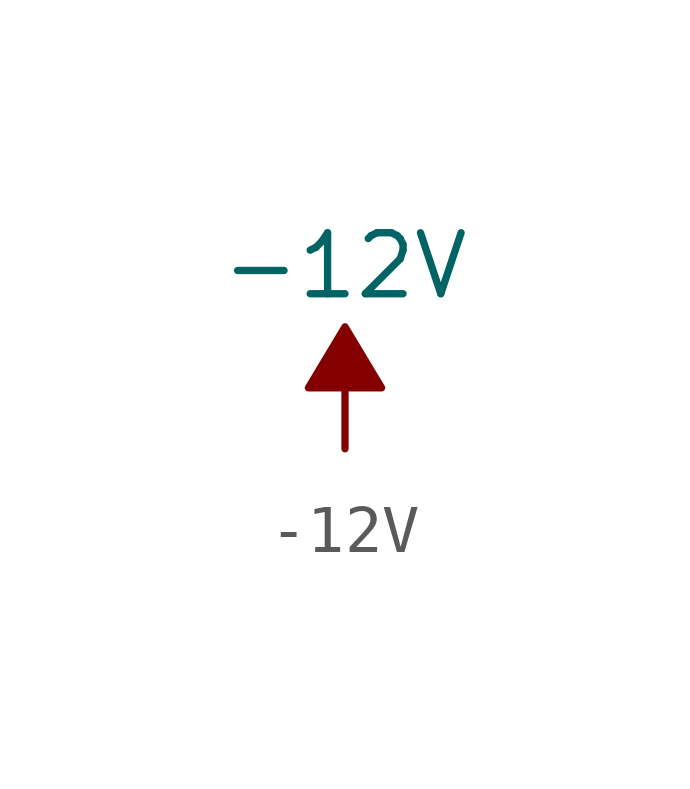
<source format=kicad_sym>
(kicad_symbol_lib
  (version 20220914)
  (generator kicad_symbol_editor)
  (symbol "-12V"
    (power)
    (pin_names
      (offset 0))
    (property "Reference" "#PWR"
      (at 0 2.54 0)
      (effects (font (size 1.27 1.27)) hide))
    (property "Value" "-12V"
      (at 0 3.81 0)
      (effects (font (size 1.27 1.27))))
    (symbol "-12V_0_0"
      (pin power_in line (at 0 0 90) (length 0) hide (name "-12V" (effects (font (size 1.27 1.27)))) (number "1" (effects (font (size 1.27 1.27))))))
    (symbol "-12V_0_1"
      (polyline (pts (xy 0 0) (xy 0 1.27) (xy 0.762 1.27) (xy 0 2.54) (xy -0.762 1.27) (xy 0 1.27)) (stroke (width 0) (type default)) (fill (type outline))))))
</source>
